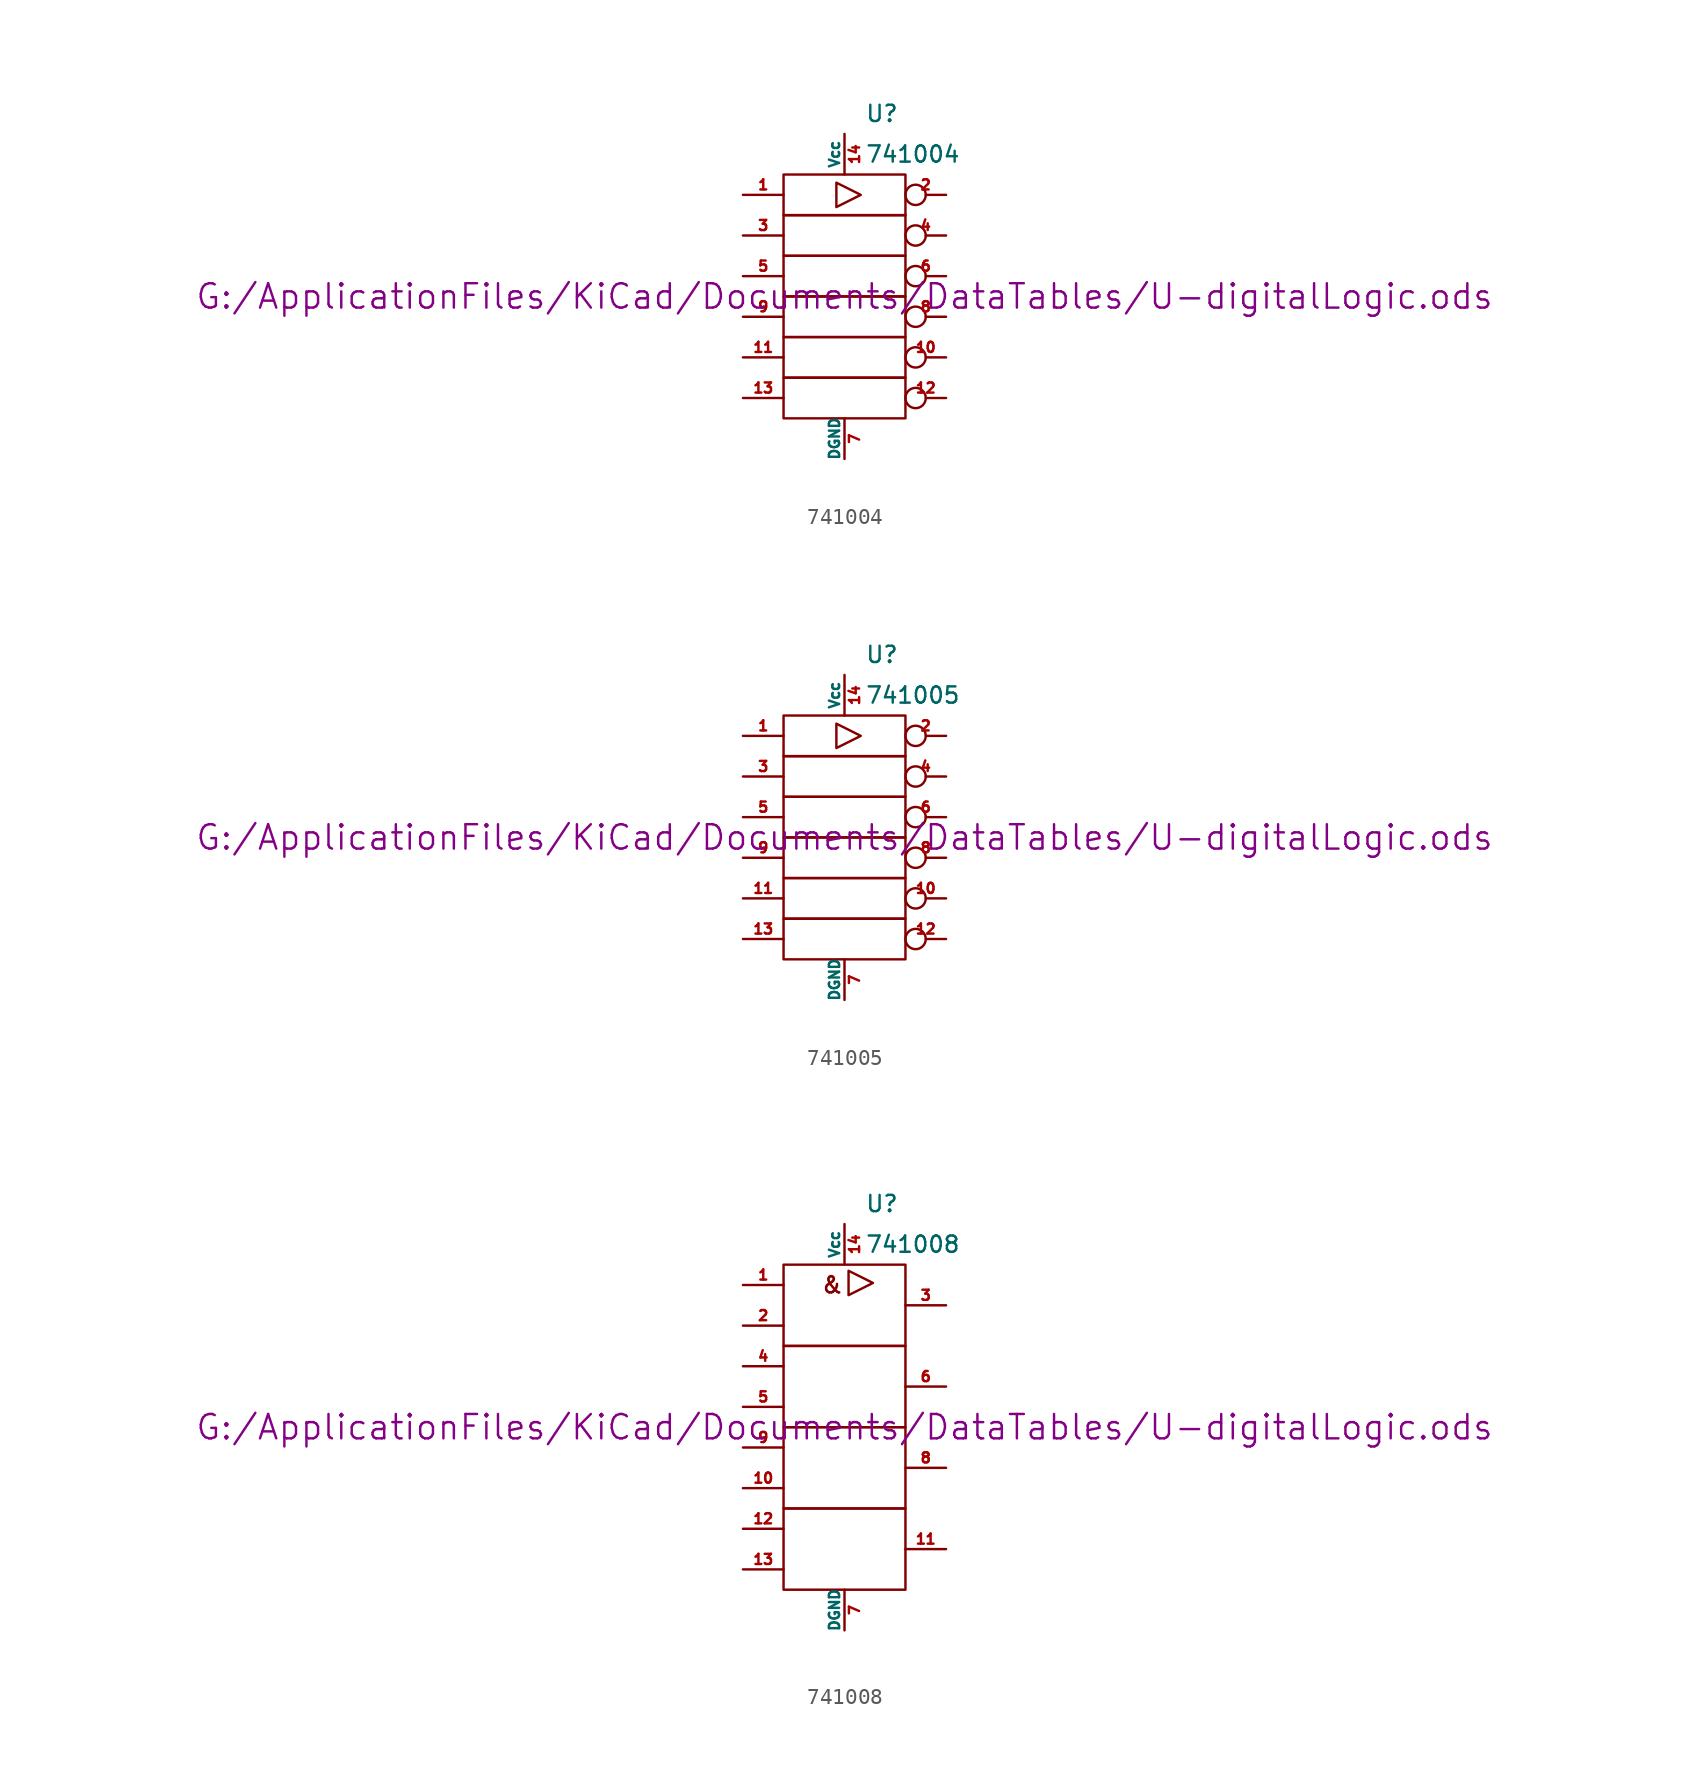
<source format=kicad_sym>
(kicad_symbol_lib
  (version 20211014)
  (generator kicad_symbol_editor)
  (symbol "741004"
    (pin_names
      (offset 0))
    (property "Reference" "U"
      (at 1.27 11.43 0)
      (effects (font (size 1.016 1.016)) (justify left)))
    (property "Value" "741004"
      (at 1.27 8.89 0)
      (effects (font (size 1.016 1.016)) (justify left)))
    (property "Footprint" ""
      (at 0 0 0)
      (effects (font (size 1.524 1.524))))
    (property "Datasheet" "G:/ApplicationFiles/KiCad/Documents/DataTables/U-digitalLogic.ods"
      (at 0 0 0)
      (effects (font (size 1.524 1.524))))
    (symbol "741004_0_0"
      (polyline (pts (xy -0.508 7.112) (xy -0.508 5.588) (xy 1.016 6.35) (xy -0.508 7.112)) (stroke (width 0) (type default) (color 0 0 0 0)) (fill (type none))))
    (symbol "741004_0_1"
      (rectangle (start -3.81 -5.08) (end 3.81 -7.62) (stroke (width 0) (type default) (color 0 0 0 0)) (fill (type none)))
      (rectangle (start -3.81 -2.54) (end 3.81 -5.08) (stroke (width 0) (type default) (color 0 0 0 0)) (fill (type none)))
      (rectangle (start -3.81 0) (end 3.81 -2.54) (stroke (width 0) (type default) (color 0 0 0 0)) (fill (type none)))
      (rectangle (start -3.81 2.54) (end 3.81 0) (stroke (width 0) (type default) (color 0 0 0 0)) (fill (type none)))
      (rectangle (start -3.81 5.08) (end 3.81 2.54) (stroke (width 0) (type default) (color 0 0 0 0)) (fill (type none)))
      (rectangle (start -3.81 7.62) (end 3.81 5.08) (stroke (width 0) (type default) (color 0 0 0 0)) (fill (type none))))
    (symbol "741004_1_1"
      (pin input line (at -6.35 6.35 0) (length 2.54) (name "~" (effects (font (size 0.635 0.635)))) (number "1" (effects (font (size 0.635 0.635)))))
      (pin output inverted (at 6.35 -3.81 180) (length 2.54) (name "~" (effects (font (size 0.635 0.635)))) (number "10" (effects (font (size 0.635 0.635)))))
      (pin input line (at -6.35 -3.81 0) (length 2.54) (name "~" (effects (font (size 0.635 0.635)))) (number "11" (effects (font (size 0.635 0.635)))))
      (pin output inverted (at 6.35 -6.35 180) (length 2.54) (name "~" (effects (font (size 0.635 0.635)))) (number "12" (effects (font (size 0.635 0.635)))))
      (pin input line (at -6.35 -6.35 0) (length 2.54) (name "~" (effects (font (size 0.635 0.635)))) (number "13" (effects (font (size 0.635 0.635)))))
      (pin power_in line (at 0 10.16 270) (length 2.54) (name "Vcc" (effects (font (size 0.635 0.635)))) (number "14" (effects (font (size 0.635 0.635)))))
      (pin output inverted (at 6.35 6.35 180) (length 2.54) (name "~" (effects (font (size 0.635 0.635)))) (number "2" (effects (font (size 0.635 0.635)))))
      (pin input line (at -6.35 3.81 0) (length 2.54) (name "~" (effects (font (size 0.635 0.635)))) (number "3" (effects (font (size 0.635 0.635)))))
      (pin output inverted (at 6.35 3.81 180) (length 2.54) (name "~" (effects (font (size 0.635 0.635)))) (number "4" (effects (font (size 0.635 0.635)))))
      (pin input line (at -6.35 1.27 0) (length 2.54) (name "~" (effects (font (size 0.635 0.635)))) (number "5" (effects (font (size 0.635 0.635)))))
      (pin output inverted (at 6.35 1.27 180) (length 2.54) (name "~" (effects (font (size 0.635 0.635)))) (number "6" (effects (font (size 0.635 0.635)))))
      (pin power_in line (at 0 -10.16 90) (length 2.54) (name "DGND" (effects (font (size 0.635 0.635)))) (number "7" (effects (font (size 0.635 0.635)))))
      (pin output inverted (at 6.35 -1.27 180) (length 2.54) (name "~" (effects (font (size 0.635 0.635)))) (number "8" (effects (font (size 0.635 0.635)))))
      (pin input line (at -6.35 -1.27 0) (length 2.54) (name "~" (effects (font (size 0.635 0.635)))) (number "9" (effects (font (size 0.635 0.635)))))))
  (symbol "741005"
    (pin_names
      (offset 0))
    (property "Reference" "U"
      (at 1.27 11.43 0)
      (effects (font (size 1.016 1.016)) (justify left)))
    (property "Value" "741005"
      (at 1.27 8.89 0)
      (effects (font (size 1.016 1.016)) (justify left)))
    (property "Footprint" ""
      (at 0 0 0)
      (effects (font (size 1.524 1.524))))
    (property "Datasheet" "G:/ApplicationFiles/KiCad/Documents/DataTables/U-digitalLogic.ods"
      (at 0 0 0)
      (effects (font (size 1.524 1.524))))
    (symbol "741005_0_1"
      (rectangle (start -3.81 -5.08) (end 3.81 -7.62) (stroke (width 0) (type default) (color 0 0 0 0)) (fill (type none)))
      (rectangle (start -3.81 -2.54) (end 3.81 -5.08) (stroke (width 0) (type default) (color 0 0 0 0)) (fill (type none)))
      (rectangle (start -3.81 0) (end 3.81 -2.54) (stroke (width 0) (type default) (color 0 0 0 0)) (fill (type none)))
      (rectangle (start -3.81 2.54) (end 3.81 0) (stroke (width 0) (type default) (color 0 0 0 0)) (fill (type none)))
      (rectangle (start -3.81 5.08) (end 3.81 2.54) (stroke (width 0) (type default) (color 0 0 0 0)) (fill (type none)))
      (rectangle (start -3.81 7.62) (end 3.81 5.08) (stroke (width 0) (type default) (color 0 0 0 0)) (fill (type none)))
      (polyline (pts (xy -0.508 7.112) (xy -0.508 5.588) (xy 1.016 6.35) (xy -0.508 7.112)) (stroke (width 0) (type default) (color 0 0 0 0)) (fill (type none))))
    (symbol "741005_1_1"
      (pin input line (at -6.35 6.35 0) (length 2.54) (name "~" (effects (font (size 0.635 0.635)))) (number "1" (effects (font (size 0.635 0.635)))))
      (pin open_collector inverted (at 6.35 -3.81 180) (length 2.54) (name "~" (effects (font (size 0.635 0.635)))) (number "10" (effects (font (size 0.635 0.635)))))
      (pin input line (at -6.35 -3.81 0) (length 2.54) (name "~" (effects (font (size 0.635 0.635)))) (number "11" (effects (font (size 0.635 0.635)))))
      (pin open_collector inverted (at 6.35 -6.35 180) (length 2.54) (name "~" (effects (font (size 0.635 0.635)))) (number "12" (effects (font (size 0.635 0.635)))))
      (pin input line (at -6.35 -6.35 0) (length 2.54) (name "~" (effects (font (size 0.635 0.635)))) (number "13" (effects (font (size 0.635 0.635)))))
      (pin power_in line (at 0 10.16 270) (length 2.54) (name "Vcc" (effects (font (size 0.635 0.635)))) (number "14" (effects (font (size 0.635 0.635)))))
      (pin open_collector inverted (at 6.35 6.35 180) (length 2.54) (name "~" (effects (font (size 0.635 0.635)))) (number "2" (effects (font (size 0.635 0.635)))))
      (pin input line (at -6.35 3.81 0) (length 2.54) (name "~" (effects (font (size 0.635 0.635)))) (number "3" (effects (font (size 0.635 0.635)))))
      (pin open_collector inverted (at 6.35 3.81 180) (length 2.54) (name "~" (effects (font (size 0.635 0.635)))) (number "4" (effects (font (size 0.635 0.635)))))
      (pin input line (at -6.35 1.27 0) (length 2.54) (name "~" (effects (font (size 0.635 0.635)))) (number "5" (effects (font (size 0.635 0.635)))))
      (pin open_collector inverted (at 6.35 1.27 180) (length 2.54) (name "~" (effects (font (size 0.635 0.635)))) (number "6" (effects (font (size 0.635 0.635)))))
      (pin power_in line (at 0 -10.16 90) (length 2.54) (name "DGND" (effects (font (size 0.635 0.635)))) (number "7" (effects (font (size 0.635 0.635)))))
      (pin open_collector inverted (at 6.35 -1.27 180) (length 2.54) (name "~" (effects (font (size 0.635 0.635)))) (number "8" (effects (font (size 0.635 0.635)))))
      (pin input line (at -6.35 -1.27 0) (length 2.54) (name "~" (effects (font (size 0.635 0.635)))) (number "9" (effects (font (size 0.635 0.635)))))))
  (symbol "741008"
    (pin_names
      (offset 0))
    (property "Reference" "U"
      (at 1.27 13.97 0)
      (effects (font (size 1.016 1.016)) (justify left)))
    (property "Value" "741008"
      (at 1.27 11.43 0)
      (effects (font (size 1.016 1.016)) (justify left)))
    (property "Footprint" ""
      (at 0 0 0)
      (effects (font (size 1.524 1.524))))
    (property "Datasheet" "G:/ApplicationFiles/KiCad/Documents/DataTables/U-digitalLogic.ods"
      (at 0 0 0)
      (effects (font (size 1.524 1.524))))
    (symbol "741008_0_0"
      (polyline (pts (xy 0.254 9.779) (xy 0.254 8.255) (xy 1.778 9.017) (xy 0.254 9.779)) (stroke (width 0) (type default) (color 0 0 0 0)) (fill (type none)))
      (text "&" (at -0.762 8.89 0) (effects (font (size 1.016 1.016)))))
    (symbol "741008_0_1"
      (rectangle (start -3.81 -5.08) (end 3.81 -10.16) (stroke (width 0) (type default) (color 0 0 0 0)) (fill (type none)))
      (rectangle (start -3.81 0) (end 3.81 -5.08) (stroke (width 0) (type default) (color 0 0 0 0)) (fill (type none)))
      (rectangle (start -3.81 5.08) (end 3.81 0) (stroke (width 0) (type default) (color 0 0 0 0)) (fill (type none)))
      (rectangle (start -3.81 10.16) (end 3.81 5.08) (stroke (width 0) (type default) (color 0 0 0 0)) (fill (type none))))
    (symbol "741008_1_1"
      (pin input line (at -6.35 8.89 0) (length 2.54) (name "~" (effects (font (size 0.635 0.635)))) (number "1" (effects (font (size 0.635 0.635)))))
      (pin input line (at -6.35 -3.81 0) (length 2.54) (name "~" (effects (font (size 0.635 0.635)))) (number "10" (effects (font (size 0.635 0.635)))))
      (pin output line (at 6.35 -7.62 180) (length 2.54) (name "~" (effects (font (size 0.635 0.635)))) (number "11" (effects (font (size 0.635 0.635)))))
      (pin input line (at -6.35 -6.35 0) (length 2.54) (name "~" (effects (font (size 0.635 0.635)))) (number "12" (effects (font (size 0.635 0.635)))))
      (pin input line (at -6.35 -8.89 0) (length 2.54) (name "~" (effects (font (size 0.635 0.635)))) (number "13" (effects (font (size 0.635 0.635)))))
      (pin power_in line (at 0 12.7 270) (length 2.54) (name "Vcc" (effects (font (size 0.635 0.635)))) (number "14" (effects (font (size 0.635 0.635)))))
      (pin input line (at -6.35 6.35 0) (length 2.54) (name "~" (effects (font (size 0.635 0.635)))) (number "2" (effects (font (size 0.635 0.635)))))
      (pin output line (at 6.35 7.62 180) (length 2.54) (name "~" (effects (font (size 0.635 0.635)))) (number "3" (effects (font (size 0.635 0.635)))))
      (pin input line (at -6.35 3.81 0) (length 2.54) (name "~" (effects (font (size 0.635 0.635)))) (number "4" (effects (font (size 0.635 0.635)))))
      (pin input line (at -6.35 1.27 0) (length 2.54) (name "~" (effects (font (size 0.635 0.635)))) (number "5" (effects (font (size 0.635 0.635)))))
      (pin output line (at 6.35 2.54 180) (length 2.54) (name "~" (effects (font (size 0.635 0.635)))) (number "6" (effects (font (size 0.635 0.635)))))
      (pin power_in line (at 0 -12.7 90) (length 2.54) (name "DGND" (effects (font (size 0.635 0.635)))) (number "7" (effects (font (size 0.635 0.635)))))
      (pin output line (at 6.35 -2.54 180) (length 2.54) (name "~" (effects (font (size 0.635 0.635)))) (number "8" (effects (font (size 0.635 0.635)))))
      (pin input line (at -6.35 -1.27 0) (length 2.54) (name "~" (effects (font (size 0.635 0.635)))) (number "9" (effects (font (size 0.635 0.635))))))))
</source>
